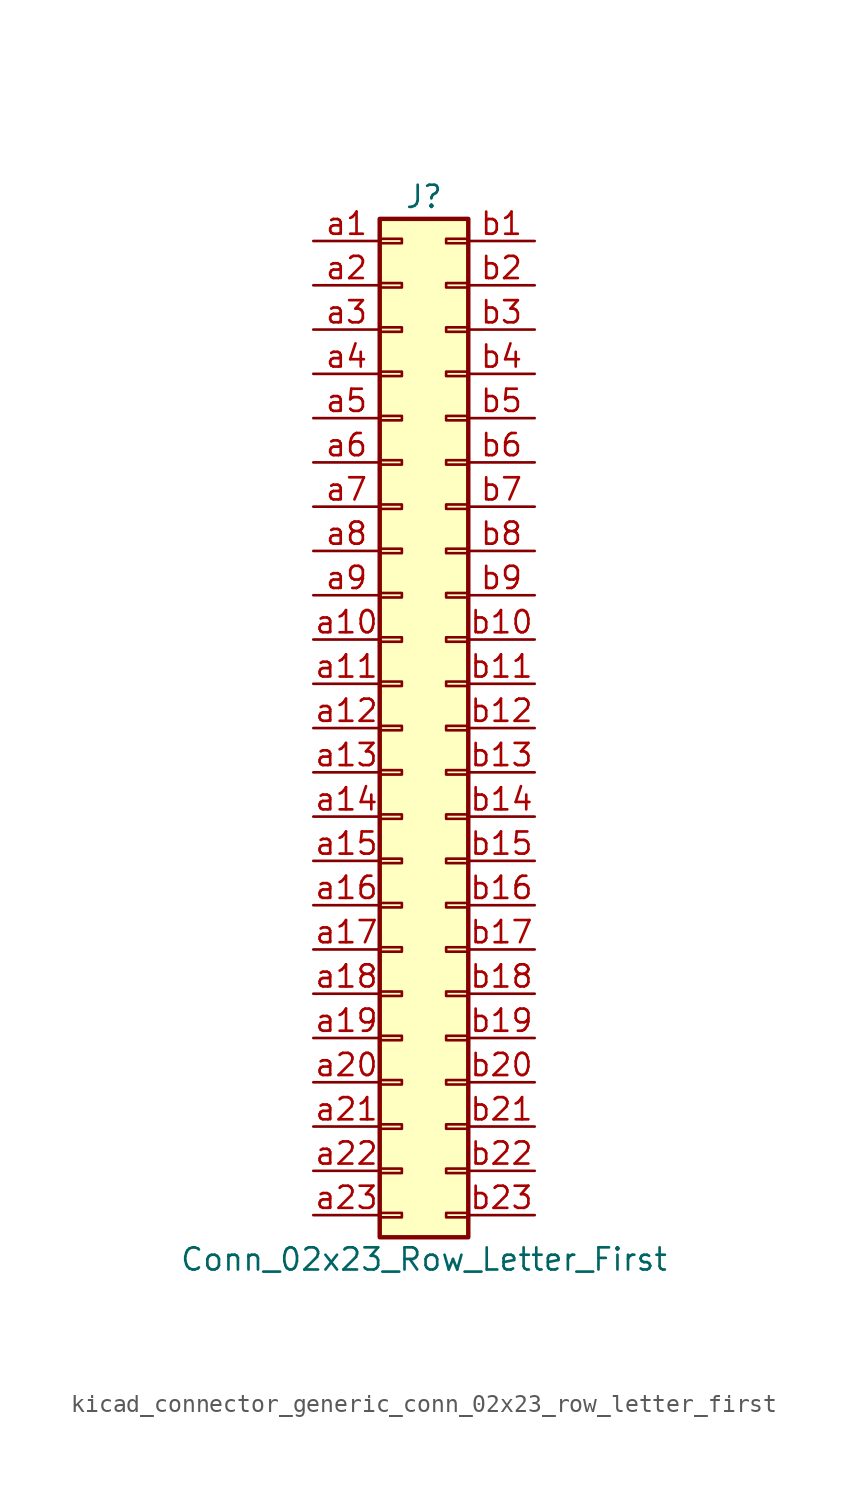
<source format=kicad_sym>
(kicad_symbol_lib
  (version 20220914)
  (generator kicad_symbol_editor)
  (symbol "kicad_connector_generic_conn_02x23_row_letter_first"
    (pin_names
      (offset 1.016) hide)
    (property "Reference" "J"
      (at 1.27 30.48 0)
      (effects (font (size 1.27 1.27))))
    (property "Value" "Conn_02x23_Row_Letter_First"
      (at 1.27 -30.48 0)
      (effects (font (size 1.27 1.27))))
    (symbol "kicad_connector_generic_conn_02x23_row_letter_first_1_1"
      (rectangle (start -1.27 -27.813) (end 0 -28.067) (stroke (width 0.152) (type default)) (fill (type none)))
      (rectangle (start -1.27 -25.273) (end 0 -25.527) (stroke (width 0.152) (type default)) (fill (type none)))
      (rectangle (start -1.27 -22.733) (end 0 -22.987) (stroke (width 0.152) (type default)) (fill (type none)))
      (rectangle (start -1.27 -20.193) (end 0 -20.447) (stroke (width 0.152) (type default)) (fill (type none)))
      (rectangle (start -1.27 -17.653) (end 0 -17.907) (stroke (width 0.152) (type default)) (fill (type none)))
      (rectangle (start -1.27 -15.113) (end 0 -15.367) (stroke (width 0.152) (type default)) (fill (type none)))
      (rectangle (start -1.27 -12.573) (end 0 -12.827) (stroke (width 0.152) (type default)) (fill (type none)))
      (rectangle (start -1.27 -10.033) (end 0 -10.287) (stroke (width 0.152) (type default)) (fill (type none)))
      (rectangle (start -1.27 -7.493) (end 0 -7.747) (stroke (width 0.152) (type default)) (fill (type none)))
      (rectangle (start -1.27 -4.953) (end 0 -5.207) (stroke (width 0.152) (type default)) (fill (type none)))
      (rectangle (start -1.27 -2.413) (end 0 -2.667) (stroke (width 0.152) (type default)) (fill (type none)))
      (rectangle (start -1.27 0.127) (end 0 -0.127) (stroke (width 0.152) (type default)) (fill (type none)))
      (rectangle (start -1.27 2.667) (end 0 2.413) (stroke (width 0.152) (type default)) (fill (type none)))
      (rectangle (start -1.27 5.207) (end 0 4.953) (stroke (width 0.152) (type default)) (fill (type none)))
      (rectangle (start -1.27 7.747) (end 0 7.493) (stroke (width 0.152) (type default)) (fill (type none)))
      (rectangle (start -1.27 10.287) (end 0 10.033) (stroke (width 0.152) (type default)) (fill (type none)))
      (rectangle (start -1.27 12.827) (end 0 12.573) (stroke (width 0.152) (type default)) (fill (type none)))
      (rectangle (start -1.27 15.367) (end 0 15.113) (stroke (width 0.152) (type default)) (fill (type none)))
      (rectangle (start -1.27 17.907) (end 0 17.653) (stroke (width 0.152) (type default)) (fill (type none)))
      (rectangle (start -1.27 20.447) (end 0 20.193) (stroke (width 0.152) (type default)) (fill (type none)))
      (rectangle (start -1.27 22.987) (end 0 22.733) (stroke (width 0.152) (type default)) (fill (type none)))
      (rectangle (start -1.27 25.527) (end 0 25.273) (stroke (width 0.152) (type default)) (fill (type none)))
      (rectangle (start -1.27 28.067) (end 0 27.813) (stroke (width 0.152) (type default)) (fill (type none)))
      (rectangle (start -1.27 29.21) (end 3.81 -29.21) (stroke (width 0.254) (type default)) (fill (type background)))
      (rectangle (start 3.81 -27.813) (end 2.54 -28.067) (stroke (width 0.152) (type default)) (fill (type none)))
      (rectangle (start 3.81 -25.273) (end 2.54 -25.527) (stroke (width 0.152) (type default)) (fill (type none)))
      (rectangle (start 3.81 -22.733) (end 2.54 -22.987) (stroke (width 0.152) (type default)) (fill (type none)))
      (rectangle (start 3.81 -20.193) (end 2.54 -20.447) (stroke (width 0.152) (type default)) (fill (type none)))
      (rectangle (start 3.81 -17.653) (end 2.54 -17.907) (stroke (width 0.152) (type default)) (fill (type none)))
      (rectangle (start 3.81 -15.113) (end 2.54 -15.367) (stroke (width 0.152) (type default)) (fill (type none)))
      (rectangle (start 3.81 -12.573) (end 2.54 -12.827) (stroke (width 0.152) (type default)) (fill (type none)))
      (rectangle (start 3.81 -10.033) (end 2.54 -10.287) (stroke (width 0.152) (type default)) (fill (type none)))
      (rectangle (start 3.81 -7.493) (end 2.54 -7.747) (stroke (width 0.152) (type default)) (fill (type none)))
      (rectangle (start 3.81 -4.953) (end 2.54 -5.207) (stroke (width 0.152) (type default)) (fill (type none)))
      (rectangle (start 3.81 -2.413) (end 2.54 -2.667) (stroke (width 0.152) (type default)) (fill (type none)))
      (rectangle (start 3.81 0.127) (end 2.54 -0.127) (stroke (width 0.152) (type default)) (fill (type none)))
      (rectangle (start 3.81 2.667) (end 2.54 2.413) (stroke (width 0.152) (type default)) (fill (type none)))
      (rectangle (start 3.81 5.207) (end 2.54 4.953) (stroke (width 0.152) (type default)) (fill (type none)))
      (rectangle (start 3.81 7.747) (end 2.54 7.493) (stroke (width 0.152) (type default)) (fill (type none)))
      (rectangle (start 3.81 10.287) (end 2.54 10.033) (stroke (width 0.152) (type default)) (fill (type none)))
      (rectangle (start 3.81 12.827) (end 2.54 12.573) (stroke (width 0.152) (type default)) (fill (type none)))
      (rectangle (start 3.81 15.367) (end 2.54 15.113) (stroke (width 0.152) (type default)) (fill (type none)))
      (rectangle (start 3.81 17.907) (end 2.54 17.653) (stroke (width 0.152) (type default)) (fill (type none)))
      (rectangle (start 3.81 20.447) (end 2.54 20.193) (stroke (width 0.152) (type default)) (fill (type none)))
      (rectangle (start 3.81 22.987) (end 2.54 22.733) (stroke (width 0.152) (type default)) (fill (type none)))
      (rectangle (start 3.81 25.527) (end 2.54 25.273) (stroke (width 0.152) (type default)) (fill (type none)))
      (rectangle (start 3.81 28.067) (end 2.54 27.813) (stroke (width 0.152) (type default)) (fill (type none)))
      (pin passive line (at -5.08 27.94 0) (length 3.81) (name "Pin_a1" (effects (font (size 1.27 1.27)))) (number "a1" (effects (font (size 1.27 1.27)))))
      (pin passive line (at -5.08 5.08 0) (length 3.81) (name "Pin_a10" (effects (font (size 1.27 1.27)))) (number "a10" (effects (font (size 1.27 1.27)))))
      (pin passive line (at -5.08 2.54 0) (length 3.81) (name "Pin_a11" (effects (font (size 1.27 1.27)))) (number "a11" (effects (font (size 1.27 1.27)))))
      (pin passive line (at -5.08 0 0) (length 3.81) (name "Pin_a12" (effects (font (size 1.27 1.27)))) (number "a12" (effects (font (size 1.27 1.27)))))
      (pin passive line (at -5.08 -2.54 0) (length 3.81) (name "Pin_a13" (effects (font (size 1.27 1.27)))) (number "a13" (effects (font (size 1.27 1.27)))))
      (pin passive line (at -5.08 -5.08 0) (length 3.81) (name "Pin_a14" (effects (font (size 1.27 1.27)))) (number "a14" (effects (font (size 1.27 1.27)))))
      (pin passive line (at -5.08 -7.62 0) (length 3.81) (name "Pin_a15" (effects (font (size 1.27 1.27)))) (number "a15" (effects (font (size 1.27 1.27)))))
      (pin passive line (at -5.08 -10.16 0) (length 3.81) (name "Pin_a16" (effects (font (size 1.27 1.27)))) (number "a16" (effects (font (size 1.27 1.27)))))
      (pin passive line (at -5.08 -12.7 0) (length 3.81) (name "Pin_a17" (effects (font (size 1.27 1.27)))) (number "a17" (effects (font (size 1.27 1.27)))))
      (pin passive line (at -5.08 -15.24 0) (length 3.81) (name "Pin_a18" (effects (font (size 1.27 1.27)))) (number "a18" (effects (font (size 1.27 1.27)))))
      (pin passive line (at -5.08 -17.78 0) (length 3.81) (name "Pin_a19" (effects (font (size 1.27 1.27)))) (number "a19" (effects (font (size 1.27 1.27)))))
      (pin passive line (at -5.08 25.4 0) (length 3.81) (name "Pin_a2" (effects (font (size 1.27 1.27)))) (number "a2" (effects (font (size 1.27 1.27)))))
      (pin passive line (at -5.08 -20.32 0) (length 3.81) (name "Pin_a20" (effects (font (size 1.27 1.27)))) (number "a20" (effects (font (size 1.27 1.27)))))
      (pin passive line (at -5.08 -22.86 0) (length 3.81) (name "Pin_a21" (effects (font (size 1.27 1.27)))) (number "a21" (effects (font (size 1.27 1.27)))))
      (pin passive line (at -5.08 -25.4 0) (length 3.81) (name "Pin_a22" (effects (font (size 1.27 1.27)))) (number "a22" (effects (font (size 1.27 1.27)))))
      (pin passive line (at -5.08 -27.94 0) (length 3.81) (name "Pin_a23" (effects (font (size 1.27 1.27)))) (number "a23" (effects (font (size 1.27 1.27)))))
      (pin passive line (at -5.08 22.86 0) (length 3.81) (name "Pin_a3" (effects (font (size 1.27 1.27)))) (number "a3" (effects (font (size 1.27 1.27)))))
      (pin passive line (at -5.08 20.32 0) (length 3.81) (name "Pin_a4" (effects (font (size 1.27 1.27)))) (number "a4" (effects (font (size 1.27 1.27)))))
      (pin passive line (at -5.08 17.78 0) (length 3.81) (name "Pin_a5" (effects (font (size 1.27 1.27)))) (number "a5" (effects (font (size 1.27 1.27)))))
      (pin passive line (at -5.08 15.24 0) (length 3.81) (name "Pin_a6" (effects (font (size 1.27 1.27)))) (number "a6" (effects (font (size 1.27 1.27)))))
      (pin passive line (at -5.08 12.7 0) (length 3.81) (name "Pin_a7" (effects (font (size 1.27 1.27)))) (number "a7" (effects (font (size 1.27 1.27)))))
      (pin passive line (at -5.08 10.16 0) (length 3.81) (name "Pin_a8" (effects (font (size 1.27 1.27)))) (number "a8" (effects (font (size 1.27 1.27)))))
      (pin passive line (at -5.08 7.62 0) (length 3.81) (name "Pin_a9" (effects (font (size 1.27 1.27)))) (number "a9" (effects (font (size 1.27 1.27)))))
      (pin passive line (at 7.62 27.94 180) (length 3.81) (name "Pin_b1" (effects (font (size 1.27 1.27)))) (number "b1" (effects (font (size 1.27 1.27)))))
      (pin passive line (at 7.62 5.08 180) (length 3.81) (name "Pin_b10" (effects (font (size 1.27 1.27)))) (number "b10" (effects (font (size 1.27 1.27)))))
      (pin passive line (at 7.62 2.54 180) (length 3.81) (name "Pin_b11" (effects (font (size 1.27 1.27)))) (number "b11" (effects (font (size 1.27 1.27)))))
      (pin passive line (at 7.62 0 180) (length 3.81) (name "Pin_b12" (effects (font (size 1.27 1.27)))) (number "b12" (effects (font (size 1.27 1.27)))))
      (pin passive line (at 7.62 -2.54 180) (length 3.81) (name "Pin_b13" (effects (font (size 1.27 1.27)))) (number "b13" (effects (font (size 1.27 1.27)))))
      (pin passive line (at 7.62 -5.08 180) (length 3.81) (name "Pin_b14" (effects (font (size 1.27 1.27)))) (number "b14" (effects (font (size 1.27 1.27)))))
      (pin passive line (at 7.62 -7.62 180) (length 3.81) (name "Pin_b15" (effects (font (size 1.27 1.27)))) (number "b15" (effects (font (size 1.27 1.27)))))
      (pin passive line (at 7.62 -10.16 180) (length 3.81) (name "Pin_b16" (effects (font (size 1.27 1.27)))) (number "b16" (effects (font (size 1.27 1.27)))))
      (pin passive line (at 7.62 -12.7 180) (length 3.81) (name "Pin_b17" (effects (font (size 1.27 1.27)))) (number "b17" (effects (font (size 1.27 1.27)))))
      (pin passive line (at 7.62 -15.24 180) (length 3.81) (name "Pin_b18" (effects (font (size 1.27 1.27)))) (number "b18" (effects (font (size 1.27 1.27)))))
      (pin passive line (at 7.62 -17.78 180) (length 3.81) (name "Pin_b19" (effects (font (size 1.27 1.27)))) (number "b19" (effects (font (size 1.27 1.27)))))
      (pin passive line (at 7.62 25.4 180) (length 3.81) (name "Pin_b2" (effects (font (size 1.27 1.27)))) (number "b2" (effects (font (size 1.27 1.27)))))
      (pin passive line (at 7.62 -20.32 180) (length 3.81) (name "Pin_b20" (effects (font (size 1.27 1.27)))) (number "b20" (effects (font (size 1.27 1.27)))))
      (pin passive line (at 7.62 -22.86 180) (length 3.81) (name "Pin_b21" (effects (font (size 1.27 1.27)))) (number "b21" (effects (font (size 1.27 1.27)))))
      (pin passive line (at 7.62 -25.4 180) (length 3.81) (name "Pin_b22" (effects (font (size 1.27 1.27)))) (number "b22" (effects (font (size 1.27 1.27)))))
      (pin passive line (at 7.62 -27.94 180) (length 3.81) (name "Pin_b23" (effects (font (size 1.27 1.27)))) (number "b23" (effects (font (size 1.27 1.27)))))
      (pin passive line (at 7.62 22.86 180) (length 3.81) (name "Pin_b3" (effects (font (size 1.27 1.27)))) (number "b3" (effects (font (size 1.27 1.27)))))
      (pin passive line (at 7.62 20.32 180) (length 3.81) (name "Pin_b4" (effects (font (size 1.27 1.27)))) (number "b4" (effects (font (size 1.27 1.27)))))
      (pin passive line (at 7.62 17.78 180) (length 3.81) (name "Pin_b5" (effects (font (size 1.27 1.27)))) (number "b5" (effects (font (size 1.27 1.27)))))
      (pin passive line (at 7.62 15.24 180) (length 3.81) (name "Pin_b6" (effects (font (size 1.27 1.27)))) (number "b6" (effects (font (size 1.27 1.27)))))
      (pin passive line (at 7.62 12.7 180) (length 3.81) (name "Pin_b7" (effects (font (size 1.27 1.27)))) (number "b7" (effects (font (size 1.27 1.27)))))
      (pin passive line (at 7.62 10.16 180) (length 3.81) (name "Pin_b8" (effects (font (size 1.27 1.27)))) (number "b8" (effects (font (size 1.27 1.27)))))
      (pin passive line (at 7.62 7.62 180) (length 3.81) (name "Pin_b9" (effects (font (size 1.27 1.27)))) (number "b9" (effects (font (size 1.27 1.27))))))))
</source>
